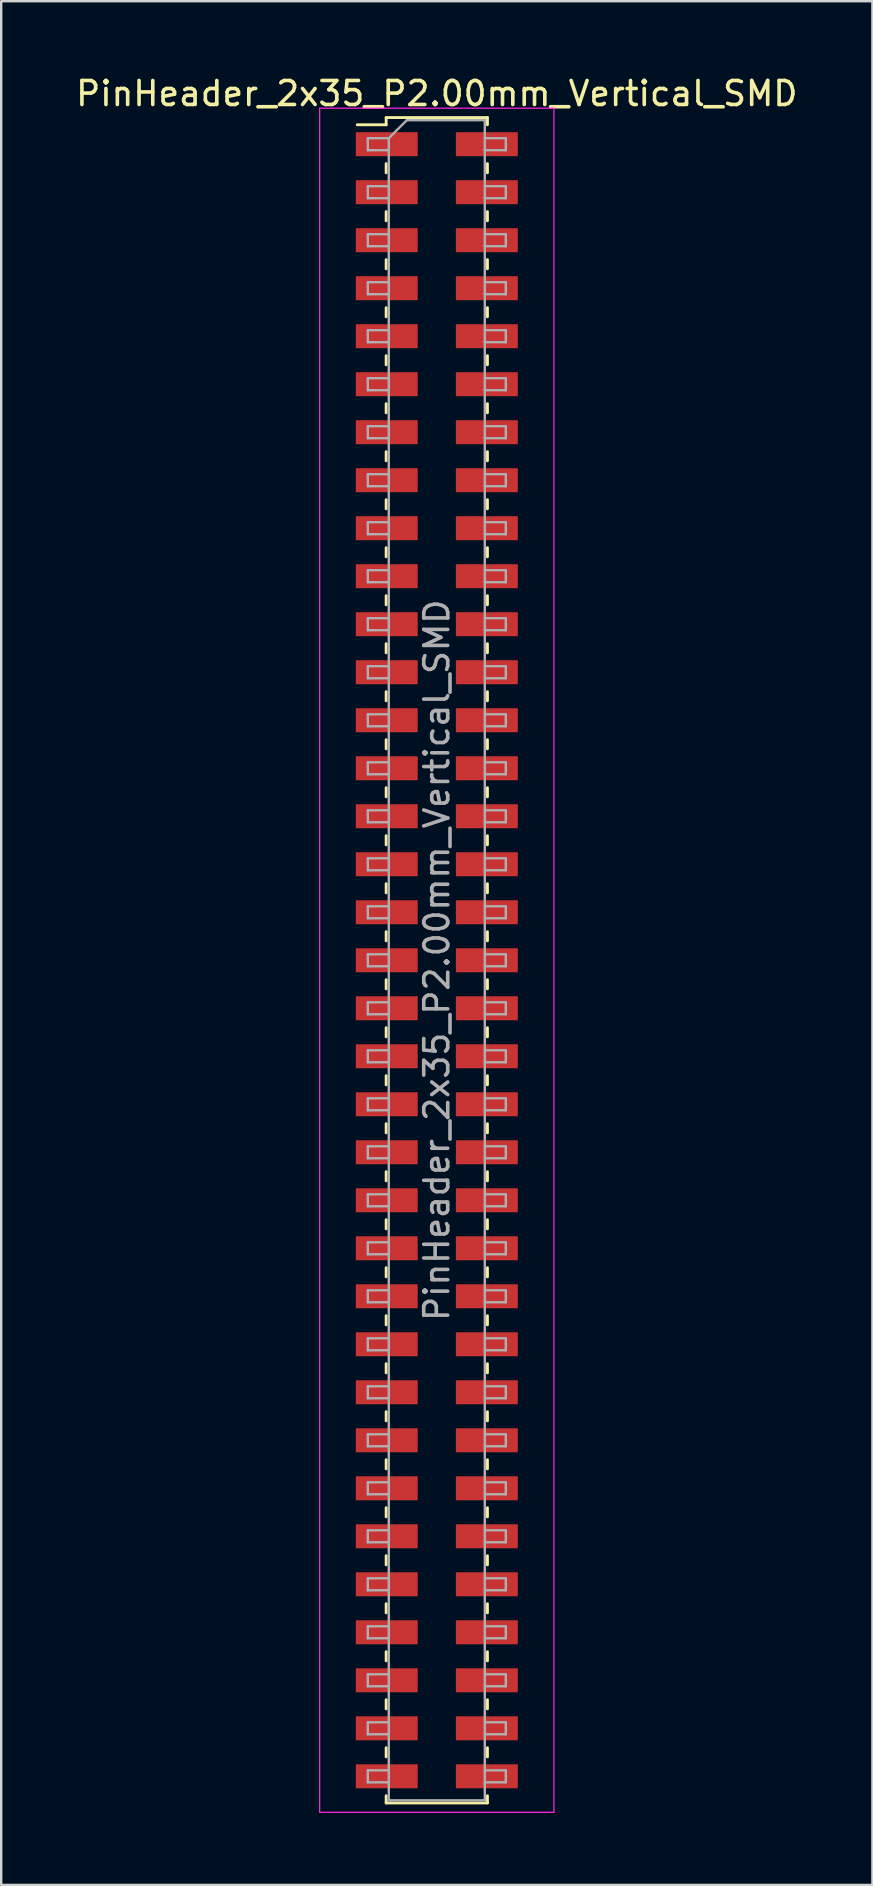
<source format=kicad_pcb>
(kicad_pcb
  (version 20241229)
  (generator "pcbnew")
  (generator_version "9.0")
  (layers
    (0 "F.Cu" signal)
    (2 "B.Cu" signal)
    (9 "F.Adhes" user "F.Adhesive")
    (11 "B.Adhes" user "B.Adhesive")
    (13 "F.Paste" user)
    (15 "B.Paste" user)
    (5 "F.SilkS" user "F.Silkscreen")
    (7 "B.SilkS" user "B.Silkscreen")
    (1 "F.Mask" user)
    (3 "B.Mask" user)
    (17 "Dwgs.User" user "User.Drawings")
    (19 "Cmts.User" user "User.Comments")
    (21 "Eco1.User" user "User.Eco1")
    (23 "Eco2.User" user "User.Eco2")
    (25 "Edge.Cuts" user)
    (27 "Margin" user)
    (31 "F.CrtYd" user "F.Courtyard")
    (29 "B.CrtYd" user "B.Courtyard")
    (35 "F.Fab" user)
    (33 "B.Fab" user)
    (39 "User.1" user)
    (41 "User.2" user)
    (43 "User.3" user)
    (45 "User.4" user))
  (footprint "PinHeader_2x35_P2.00mm_Vertical_SMD"
    (layer "F.Cu")
    (at 15.149 36.958)
    (property "Reference" "PinHeader_2x35_P2.00mm_Vertical_SMD" (at 0 -36.11 0) (layer "F.SilkS") (effects (font (size 1 1) (thickness 0.15))))
    (attr smd)
    (fp_line (start -3.315 -34.81) (end -2.11 -34.81) (stroke (width 0.12) (type solid)) (layer "F.SilkS"))
    (fp_line (start -2.11 -35.11) (end -2.11 -34.81) (stroke (width 0.12) (type solid)) (layer "F.SilkS"))
    (fp_line (start -2.11 -35.11) (end 2.11 -35.11) (stroke (width 0.12) (type solid)) (layer "F.SilkS"))
    (fp_line (start -2.11 -33.19) (end -2.11 -32.81) (stroke (width 0.12) (type solid)) (layer "F.SilkS"))
    (fp_line (start -2.11 -31.19) (end -2.11 -30.81) (stroke (width 0.12) (type solid)) (layer "F.SilkS"))
    (fp_line (start -2.11 -29.19) (end -2.11 -28.81) (stroke (width 0.12) (type solid)) (layer "F.SilkS"))
    (fp_line (start -2.11 -27.19) (end -2.11 -26.81) (stroke (width 0.12) (type solid)) (layer "F.SilkS"))
    (fp_line (start -2.11 -25.19) (end -2.11 -24.81) (stroke (width 0.12) (type solid)) (layer "F.SilkS"))
    (fp_line (start -2.11 -23.19) (end -2.11 -22.81) (stroke (width 0.12) (type solid)) (layer "F.SilkS"))
    (fp_line (start -2.11 -21.19) (end -2.11 -20.81) (stroke (width 0.12) (type solid)) (layer "F.SilkS"))
    (fp_line (start -2.11 -19.19) (end -2.11 -18.81) (stroke (width 0.12) (type solid)) (layer "F.SilkS"))
    (fp_line (start -2.11 -17.19) (end -2.11 -16.81) (stroke (width 0.12) (type solid)) (layer "F.SilkS"))
    (fp_line (start -2.11 -15.19) (end -2.11 -14.81) (stroke (width 0.12) (type solid)) (layer "F.SilkS"))
    (fp_line (start -2.11 -13.19) (end -2.11 -12.81) (stroke (width 0.12) (type solid)) (layer "F.SilkS"))
    (fp_line (start -2.11 -11.19) (end -2.11 -10.81) (stroke (width 0.12) (type solid)) (layer "F.SilkS"))
    (fp_line (start -2.11 -9.19) (end -2.11 -8.81) (stroke (width 0.12) (type solid)) (layer "F.SilkS"))
    (fp_line (start -2.11 -7.19) (end -2.11 -6.81) (stroke (width 0.12) (type solid)) (layer "F.SilkS"))
    (fp_line (start -2.11 -5.19) (end -2.11 -4.81) (stroke (width 0.12) (type solid)) (layer "F.SilkS"))
    (fp_line (start -2.11 -3.19) (end -2.11 -2.81) (stroke (width 0.12) (type solid)) (layer "F.SilkS"))
    (fp_line (start -2.11 -1.19) (end -2.11 -0.81) (stroke (width 0.12) (type solid)) (layer "F.SilkS"))
    (fp_line (start -2.11 0.81) (end -2.11 1.19) (stroke (width 0.12) (type solid)) (layer "F.SilkS"))
    (fp_line (start -2.11 2.81) (end -2.11 3.19) (stroke (width 0.12) (type solid)) (layer "F.SilkS"))
    (fp_line (start -2.11 4.81) (end -2.11 5.19) (stroke (width 0.12) (type solid)) (layer "F.SilkS"))
    (fp_line (start -2.11 6.81) (end -2.11 7.19) (stroke (width 0.12) (type solid)) (layer "F.SilkS"))
    (fp_line (start -2.11 8.81) (end -2.11 9.19) (stroke (width 0.12) (type solid)) (layer "F.SilkS"))
    (fp_line (start -2.11 10.81) (end -2.11 11.19) (stroke (width 0.12) (type solid)) (layer "F.SilkS"))
    (fp_line (start -2.11 12.81) (end -2.11 13.19) (stroke (width 0.12) (type solid)) (layer "F.SilkS"))
    (fp_line (start -2.11 14.81) (end -2.11 15.19) (stroke (width 0.12) (type solid)) (layer "F.SilkS"))
    (fp_line (start -2.11 16.81) (end -2.11 17.19) (stroke (width 0.12) (type solid)) (layer "F.SilkS"))
    (fp_line (start -2.11 18.81) (end -2.11 19.19) (stroke (width 0.12) (type solid)) (layer "F.SilkS"))
    (fp_line (start -2.11 20.81) (end -2.11 21.19) (stroke (width 0.12) (type solid)) (layer "F.SilkS"))
    (fp_line (start -2.11 22.81) (end -2.11 23.19) (stroke (width 0.12) (type solid)) (layer "F.SilkS"))
    (fp_line (start -2.11 24.81) (end -2.11 25.19) (stroke (width 0.12) (type solid)) (layer "F.SilkS"))
    (fp_line (start -2.11 26.81) (end -2.11 27.19) (stroke (width 0.12) (type solid)) (layer "F.SilkS"))
    (fp_line (start -2.11 28.81) (end -2.11 29.19) (stroke (width 0.12) (type solid)) (layer "F.SilkS"))
    (fp_line (start -2.11 30.81) (end -2.11 31.19) (stroke (width 0.12) (type solid)) (layer "F.SilkS"))
    (fp_line (start -2.11 32.81) (end -2.11 33.19) (stroke (width 0.12) (type solid)) (layer "F.SilkS"))
    (fp_line (start -2.11 34.81) (end -2.11 35.11) (stroke (width 0.12) (type solid)) (layer "F.SilkS"))
    (fp_line (start -2.11 35.11) (end 2.11 35.11) (stroke (width 0.12) (type solid)) (layer "F.SilkS"))
    (fp_line (start 2.11 -35.11) (end 2.11 -34.81) (stroke (width 0.12) (type solid)) (layer "F.SilkS"))
    (fp_line (start 2.11 -33.19) (end 2.11 -32.81) (stroke (width 0.12) (type solid)) (layer "F.SilkS"))
    (fp_line (start 2.11 -31.19) (end 2.11 -30.81) (stroke (width 0.12) (type solid)) (layer "F.SilkS"))
    (fp_line (start 2.11 -29.19) (end 2.11 -28.81) (stroke (width 0.12) (type solid)) (layer "F.SilkS"))
    (fp_line (start 2.11 -27.19) (end 2.11 -26.81) (stroke (width 0.12) (type solid)) (layer "F.SilkS"))
    (fp_line (start 2.11 -25.19) (end 2.11 -24.81) (stroke (width 0.12) (type solid)) (layer "F.SilkS"))
    (fp_line (start 2.11 -23.19) (end 2.11 -22.81) (stroke (width 0.12) (type solid)) (layer "F.SilkS"))
    (fp_line (start 2.11 -21.19) (end 2.11 -20.81) (stroke (width 0.12) (type solid)) (layer "F.SilkS"))
    (fp_line (start 2.11 -19.19) (end 2.11 -18.81) (stroke (width 0.12) (type solid)) (layer "F.SilkS"))
    (fp_line (start 2.11 -17.19) (end 2.11 -16.81) (stroke (width 0.12) (type solid)) (layer "F.SilkS"))
    (fp_line (start 2.11 -15.19) (end 2.11 -14.81) (stroke (width 0.12) (type solid)) (layer "F.SilkS"))
    (fp_line (start 2.11 -13.19) (end 2.11 -12.81) (stroke (width 0.12) (type solid)) (layer "F.SilkS"))
    (fp_line (start 2.11 -11.19) (end 2.11 -10.81) (stroke (width 0.12) (type solid)) (layer "F.SilkS"))
    (fp_line (start 2.11 -9.19) (end 2.11 -8.81) (stroke (width 0.12) (type solid)) (layer "F.SilkS"))
    (fp_line (start 2.11 -7.19) (end 2.11 -6.81) (stroke (width 0.12) (type solid)) (layer "F.SilkS"))
    (fp_line (start 2.11 -5.19) (end 2.11 -4.81) (stroke (width 0.12) (type solid)) (layer "F.SilkS"))
    (fp_line (start 2.11 -3.19) (end 2.11 -2.81) (stroke (width 0.12) (type solid)) (layer "F.SilkS"))
    (fp_line (start 2.11 -1.19) (end 2.11 -0.81) (stroke (width 0.12) (type solid)) (layer "F.SilkS"))
    (fp_line (start 2.11 0.81) (end 2.11 1.19) (stroke (width 0.12) (type solid)) (layer "F.SilkS"))
    (fp_line (start 2.11 2.81) (end 2.11 3.19) (stroke (width 0.12) (type solid)) (layer "F.SilkS"))
    (fp_line (start 2.11 4.81) (end 2.11 5.19) (stroke (width 0.12) (type solid)) (layer "F.SilkS"))
    (fp_line (start 2.11 6.81) (end 2.11 7.19) (stroke (width 0.12) (type solid)) (layer "F.SilkS"))
    (fp_line (start 2.11 8.81) (end 2.11 9.19) (stroke (width 0.12) (type solid)) (layer "F.SilkS"))
    (fp_line (start 2.11 10.81) (end 2.11 11.19) (stroke (width 0.12) (type solid)) (layer "F.SilkS"))
    (fp_line (start 2.11 12.81) (end 2.11 13.19) (stroke (width 0.12) (type solid)) (layer "F.SilkS"))
    (fp_line (start 2.11 14.81) (end 2.11 15.19) (stroke (width 0.12) (type solid)) (layer "F.SilkS"))
    (fp_line (start 2.11 16.81) (end 2.11 17.19) (stroke (width 0.12) (type solid)) (layer "F.SilkS"))
    (fp_line (start 2.11 18.81) (end 2.11 19.19) (stroke (width 0.12) (type solid)) (layer "F.SilkS"))
    (fp_line (start 2.11 20.81) (end 2.11 21.19) (stroke (width 0.12) (type solid)) (layer "F.SilkS"))
    (fp_line (start 2.11 22.81) (end 2.11 23.19) (stroke (width 0.12) (type solid)) (layer "F.SilkS"))
    (fp_line (start 2.11 24.81) (end 2.11 25.19) (stroke (width 0.12) (type solid)) (layer "F.SilkS"))
    (fp_line (start 2.11 26.81) (end 2.11 27.19) (stroke (width 0.12) (type solid)) (layer "F.SilkS"))
    (fp_line (start 2.11 28.81) (end 2.11 29.19) (stroke (width 0.12) (type solid)) (layer "F.SilkS"))
    (fp_line (start 2.11 30.81) (end 2.11 31.19) (stroke (width 0.12) (type solid)) (layer "F.SilkS"))
    (fp_line (start 2.11 32.81) (end 2.11 33.19) (stroke (width 0.12) (type solid)) (layer "F.SilkS"))
    (fp_line (start 2.11 34.81) (end 2.11 35.11) (stroke (width 0.12) (type solid)) (layer "F.SilkS"))
    (fp_line (start -4.88 -35.5) (end -4.88 35.5) (stroke (width 0.05) (type solid)) (layer "F.CrtYd"))
    (fp_line (start -4.88 35.5) (end 4.88 35.5) (stroke (width 0.05) (type solid)) (layer "F.CrtYd"))
    (fp_line (start 4.88 -35.5) (end -4.88 -35.5) (stroke (width 0.05) (type solid)) (layer "F.CrtYd"))
    (fp_line (start 4.88 35.5) (end 4.88 -35.5) (stroke (width 0.05) (type solid)) (layer "F.CrtYd"))
    (fp_line (start -2.875 -34.25) (end -2.875 -33.75) (stroke (width 0.1) (type solid)) (layer "F.Fab"))
    (fp_line (start -2.875 -33.75) (end -2 -33.75) (stroke (width 0.1) (type solid)) (layer "F.Fab"))
    (fp_line (start -2.875 -32.25) (end -2.875 -31.75) (stroke (width 0.1) (type solid)) (layer "F.Fab"))
    (fp_line (start -2.875 -31.75) (end -2 -31.75) (stroke (width 0.1) (type solid)) (layer "F.Fab"))
    (fp_line (start -2.875 -30.25) (end -2.875 -29.75) (stroke (width 0.1) (type solid)) (layer "F.Fab"))
    (fp_line (start -2.875 -29.75) (end -2 -29.75) (stroke (width 0.1) (type solid)) (layer "F.Fab"))
    (fp_line (start -2.875 -28.25) (end -2.875 -27.75) (stroke (width 0.1) (type solid)) (layer "F.Fab"))
    (fp_line (start -2.875 -27.75) (end -2 -27.75) (stroke (width 0.1) (type solid)) (layer "F.Fab"))
    (fp_line (start -2.875 -26.25) (end -2.875 -25.75) (stroke (width 0.1) (type solid)) (layer "F.Fab"))
    (fp_line (start -2.875 -25.75) (end -2 -25.75) (stroke (width 0.1) (type solid)) (layer "F.Fab"))
    (fp_line (start -2.875 -24.25) (end -2.875 -23.75) (stroke (width 0.1) (type solid)) (layer "F.Fab"))
    (fp_line (start -2.875 -23.75) (end -2 -23.75) (stroke (width 0.1) (type solid)) (layer "F.Fab"))
    (fp_line (start -2.875 -22.25) (end -2.875 -21.75) (stroke (width 0.1) (type solid)) (layer "F.Fab"))
    (fp_line (start -2.875 -21.75) (end -2 -21.75) (stroke (width 0.1) (type solid)) (layer "F.Fab"))
    (fp_line (start -2.875 -20.25) (end -2.875 -19.75) (stroke (width 0.1) (type solid)) (layer "F.Fab"))
    (fp_line (start -2.875 -19.75) (end -2 -19.75) (stroke (width 0.1) (type solid)) (layer "F.Fab"))
    (fp_line (start -2.875 -18.25) (end -2.875 -17.75) (stroke (width 0.1) (type solid)) (layer "F.Fab"))
    (fp_line (start -2.875 -17.75) (end -2 -17.75) (stroke (width 0.1) (type solid)) (layer "F.Fab"))
    (fp_line (start -2.875 -16.25) (end -2.875 -15.75) (stroke (width 0.1) (type solid)) (layer "F.Fab"))
    (fp_line (start -2.875 -15.75) (end -2 -15.75) (stroke (width 0.1) (type solid)) (layer "F.Fab"))
    (fp_line (start -2.875 -14.25) (end -2.875 -13.75) (stroke (width 0.1) (type solid)) (layer "F.Fab"))
    (fp_line (start -2.875 -13.75) (end -2 -13.75) (stroke (width 0.1) (type solid)) (layer "F.Fab"))
    (fp_line (start -2.875 -12.25) (end -2.875 -11.75) (stroke (width 0.1) (type solid)) (layer "F.Fab"))
    (fp_line (start -2.875 -11.75) (end -2 -11.75) (stroke (width 0.1) (type solid)) (layer "F.Fab"))
    (fp_line (start -2.875 -10.25) (end -2.875 -9.75) (stroke (width 0.1) (type solid)) (layer "F.Fab"))
    (fp_line (start -2.875 -9.75) (end -2 -9.75) (stroke (width 0.1) (type solid)) (layer "F.Fab"))
    (fp_line (start -2.875 -8.25) (end -2.875 -7.75) (stroke (width 0.1) (type solid)) (layer "F.Fab"))
    (fp_line (start -2.875 -7.75) (end -2 -7.75) (stroke (width 0.1) (type solid)) (layer "F.Fab"))
    (fp_line (start -2.875 -6.25) (end -2.875 -5.75) (stroke (width 0.1) (type solid)) (layer "F.Fab"))
    (fp_line (start -2.875 -5.75) (end -2 -5.75) (stroke (width 0.1) (type solid)) (layer "F.Fab"))
    (fp_line (start -2.875 -4.25) (end -2.875 -3.75) (stroke (width 0.1) (type solid)) (layer "F.Fab"))
    (fp_line (start -2.875 -3.75) (end -2 -3.75) (stroke (width 0.1) (type solid)) (layer "F.Fab"))
    (fp_line (start -2.875 -2.25) (end -2.875 -1.75) (stroke (width 0.1) (type solid)) (layer "F.Fab"))
    (fp_line (start -2.875 -1.75) (end -2 -1.75) (stroke (width 0.1) (type solid)) (layer "F.Fab"))
    (fp_line (start -2.875 -0.25) (end -2.875 0.25) (stroke (width 0.1) (type solid)) (layer "F.Fab"))
    (fp_line (start -2.875 0.25) (end -2 0.25) (stroke (width 0.1) (type solid)) (layer "F.Fab"))
    (fp_line (start -2.875 1.75) (end -2.875 2.25) (stroke (width 0.1) (type solid)) (layer "F.Fab"))
    (fp_line (start -2.875 2.25) (end -2 2.25) (stroke (width 0.1) (type solid)) (layer "F.Fab"))
    (fp_line (start -2.875 3.75) (end -2.875 4.25) (stroke (width 0.1) (type solid)) (layer "F.Fab"))
    (fp_line (start -2.875 4.25) (end -2 4.25) (stroke (width 0.1) (type solid)) (layer "F.Fab"))
    (fp_line (start -2.875 5.75) (end -2.875 6.25) (stroke (width 0.1) (type solid)) (layer "F.Fab"))
    (fp_line (start -2.875 6.25) (end -2 6.25) (stroke (width 0.1) (type solid)) (layer "F.Fab"))
    (fp_line (start -2.875 7.75) (end -2.875 8.25) (stroke (width 0.1) (type solid)) (layer "F.Fab"))
    (fp_line (start -2.875 8.25) (end -2 8.25) (stroke (width 0.1) (type solid)) (layer "F.Fab"))
    (fp_line (start -2.875 9.75) (end -2.875 10.25) (stroke (width 0.1) (type solid)) (layer "F.Fab"))
    (fp_line (start -2.875 10.25) (end -2 10.25) (stroke (width 0.1) (type solid)) (layer "F.Fab"))
    (fp_line (start -2.875 11.75) (end -2.875 12.25) (stroke (width 0.1) (type solid)) (layer "F.Fab"))
    (fp_line (start -2.875 12.25) (end -2 12.25) (stroke (width 0.1) (type solid)) (layer "F.Fab"))
    (fp_line (start -2.875 13.75) (end -2.875 14.25) (stroke (width 0.1) (type solid)) (layer "F.Fab"))
    (fp_line (start -2.875 14.25) (end -2 14.25) (stroke (width 0.1) (type solid)) (layer "F.Fab"))
    (fp_line (start -2.875 15.75) (end -2.875 16.25) (stroke (width 0.1) (type solid)) (layer "F.Fab"))
    (fp_line (start -2.875 16.25) (end -2 16.25) (stroke (width 0.1) (type solid)) (layer "F.Fab"))
    (fp_line (start -2.875 17.75) (end -2.875 18.25) (stroke (width 0.1) (type solid)) (layer "F.Fab"))
    (fp_line (start -2.875 18.25) (end -2 18.25) (stroke (width 0.1) (type solid)) (layer "F.Fab"))
    (fp_line (start -2.875 19.75) (end -2.875 20.25) (stroke (width 0.1) (type solid)) (layer "F.Fab"))
    (fp_line (start -2.875 20.25) (end -2 20.25) (stroke (width 0.1) (type solid)) (layer "F.Fab"))
    (fp_line (start -2.875 21.75) (end -2.875 22.25) (stroke (width 0.1) (type solid)) (layer "F.Fab"))
    (fp_line (start -2.875 22.25) (end -2 22.25) (stroke (width 0.1) (type solid)) (layer "F.Fab"))
    (fp_line (start -2.875 23.75) (end -2.875 24.25) (stroke (width 0.1) (type solid)) (layer "F.Fab"))
    (fp_line (start -2.875 24.25) (end -2 24.25) (stroke (width 0.1) (type solid)) (layer "F.Fab"))
    (fp_line (start -2.875 25.75) (end -2.875 26.25) (stroke (width 0.1) (type solid)) (layer "F.Fab"))
    (fp_line (start -2.875 26.25) (end -2 26.25) (stroke (width 0.1) (type solid)) (layer "F.Fab"))
    (fp_line (start -2.875 27.75) (end -2.875 28.25) (stroke (width 0.1) (type solid)) (layer "F.Fab"))
    (fp_line (start -2.875 28.25) (end -2 28.25) (stroke (width 0.1) (type solid)) (layer "F.Fab"))
    (fp_line (start -2.875 29.75) (end -2.875 30.25) (stroke (width 0.1) (type solid)) (layer "F.Fab"))
    (fp_line (start -2.875 30.25) (end -2 30.25) (stroke (width 0.1) (type solid)) (layer "F.Fab"))
    (fp_line (start -2.875 31.75) (end -2.875 32.25) (stroke (width 0.1) (type solid)) (layer "F.Fab"))
    (fp_line (start -2.875 32.25) (end -2 32.25) (stroke (width 0.1) (type solid)) (layer "F.Fab"))
    (fp_line (start -2.875 33.75) (end -2.875 34.25) (stroke (width 0.1) (type solid)) (layer "F.Fab"))
    (fp_line (start -2.875 34.25) (end -2 34.25) (stroke (width 0.1) (type solid)) (layer "F.Fab"))
    (fp_line (start -2 -34.25) (end -2.875 -34.25) (stroke (width 0.1) (type solid)) (layer "F.Fab"))
    (fp_line (start -2 -34.25) (end -1.25 -35) (stroke (width 0.1) (type solid)) (layer "F.Fab"))
    (fp_line (start -2 -32.25) (end -2.875 -32.25) (stroke (width 0.1) (type solid)) (layer "F.Fab"))
    (fp_line (start -2 -30.25) (end -2.875 -30.25) (stroke (width 0.1) (type solid)) (layer "F.Fab"))
    (fp_line (start -2 -28.25) (end -2.875 -28.25) (stroke (width 0.1) (type solid)) (layer "F.Fab"))
    (fp_line (start -2 -26.25) (end -2.875 -26.25) (stroke (width 0.1) (type solid)) (layer "F.Fab"))
    (fp_line (start -2 -24.25) (end -2.875 -24.25) (stroke (width 0.1) (type solid)) (layer "F.Fab"))
    (fp_line (start -2 -22.25) (end -2.875 -22.25) (stroke (width 0.1) (type solid)) (layer "F.Fab"))
    (fp_line (start -2 -20.25) (end -2.875 -20.25) (stroke (width 0.1) (type solid)) (layer "F.Fab"))
    (fp_line (start -2 -18.25) (end -2.875 -18.25) (stroke (width 0.1) (type solid)) (layer "F.Fab"))
    (fp_line (start -2 -16.25) (end -2.875 -16.25) (stroke (width 0.1) (type solid)) (layer "F.Fab"))
    (fp_line (start -2 -14.25) (end -2.875 -14.25) (stroke (width 0.1) (type solid)) (layer "F.Fab"))
    (fp_line (start -2 -12.25) (end -2.875 -12.25) (stroke (width 0.1) (type solid)) (layer "F.Fab"))
    (fp_line (start -2 -10.25) (end -2.875 -10.25) (stroke (width 0.1) (type solid)) (layer "F.Fab"))
    (fp_line (start -2 -8.25) (end -2.875 -8.25) (stroke (width 0.1) (type solid)) (layer "F.Fab"))
    (fp_line (start -2 -6.25) (end -2.875 -6.25) (stroke (width 0.1) (type solid)) (layer "F.Fab"))
    (fp_line (start -2 -4.25) (end -2.875 -4.25) (stroke (width 0.1) (type solid)) (layer "F.Fab"))
    (fp_line (start -2 -2.25) (end -2.875 -2.25) (stroke (width 0.1) (type solid)) (layer "F.Fab"))
    (fp_line (start -2 -0.25) (end -2.875 -0.25) (stroke (width 0.1) (type solid)) (layer "F.Fab"))
    (fp_line (start -2 1.75) (end -2.875 1.75) (stroke (width 0.1) (type solid)) (layer "F.Fab"))
    (fp_line (start -2 3.75) (end -2.875 3.75) (stroke (width 0.1) (type solid)) (layer "F.Fab"))
    (fp_line (start -2 5.75) (end -2.875 5.75) (stroke (width 0.1) (type solid)) (layer "F.Fab"))
    (fp_line (start -2 7.75) (end -2.875 7.75) (stroke (width 0.1) (type solid)) (layer "F.Fab"))
    (fp_line (start -2 9.75) (end -2.875 9.75) (stroke (width 0.1) (type solid)) (layer "F.Fab"))
    (fp_line (start -2 11.75) (end -2.875 11.75) (stroke (width 0.1) (type solid)) (layer "F.Fab"))
    (fp_line (start -2 13.75) (end -2.875 13.75) (stroke (width 0.1) (type solid)) (layer "F.Fab"))
    (fp_line (start -2 15.75) (end -2.875 15.75) (stroke (width 0.1) (type solid)) (layer "F.Fab"))
    (fp_line (start -2 17.75) (end -2.875 17.75) (stroke (width 0.1) (type solid)) (layer "F.Fab"))
    (fp_line (start -2 19.75) (end -2.875 19.75) (stroke (width 0.1) (type solid)) (layer "F.Fab"))
    (fp_line (start -2 21.75) (end -2.875 21.75) (stroke (width 0.1) (type solid)) (layer "F.Fab"))
    (fp_line (start -2 23.75) (end -2.875 23.75) (stroke (width 0.1) (type solid)) (layer "F.Fab"))
    (fp_line (start -2 25.75) (end -2.875 25.75) (stroke (width 0.1) (type solid)) (layer "F.Fab"))
    (fp_line (start -2 27.75) (end -2.875 27.75) (stroke (width 0.1) (type solid)) (layer "F.Fab"))
    (fp_line (start -2 29.75) (end -2.875 29.75) (stroke (width 0.1) (type solid)) (layer "F.Fab"))
    (fp_line (start -2 31.75) (end -2.875 31.75) (stroke (width 0.1) (type solid)) (layer "F.Fab"))
    (fp_line (start -2 33.75) (end -2.875 33.75) (stroke (width 0.1) (type solid)) (layer "F.Fab"))
    (fp_line (start -2 35) (end -2 -34.25) (stroke (width 0.1) (type solid)) (layer "F.Fab"))
    (fp_line (start -1.25 -35) (end 2 -35) (stroke (width 0.1) (type solid)) (layer "F.Fab"))
    (fp_line (start 2 -35) (end 2 35) (stroke (width 0.1) (type solid)) (layer "F.Fab"))
    (fp_line (start 2 -34.25) (end 2.875 -34.25) (stroke (width 0.1) (type solid)) (layer "F.Fab"))
    (fp_line (start 2 -32.25) (end 2.875 -32.25) (stroke (width 0.1) (type solid)) (layer "F.Fab"))
    (fp_line (start 2 -30.25) (end 2.875 -30.25) (stroke (width 0.1) (type solid)) (layer "F.Fab"))
    (fp_line (start 2 -28.25) (end 2.875 -28.25) (stroke (width 0.1) (type solid)) (layer "F.Fab"))
    (fp_line (start 2 -26.25) (end 2.875 -26.25) (stroke (width 0.1) (type solid)) (layer "F.Fab"))
    (fp_line (start 2 -24.25) (end 2.875 -24.25) (stroke (width 0.1) (type solid)) (layer "F.Fab"))
    (fp_line (start 2 -22.25) (end 2.875 -22.25) (stroke (width 0.1) (type solid)) (layer "F.Fab"))
    (fp_line (start 2 -20.25) (end 2.875 -20.25) (stroke (width 0.1) (type solid)) (layer "F.Fab"))
    (fp_line (start 2 -18.25) (end 2.875 -18.25) (stroke (width 0.1) (type solid)) (layer "F.Fab"))
    (fp_line (start 2 -16.25) (end 2.875 -16.25) (stroke (width 0.1) (type solid)) (layer "F.Fab"))
    (fp_line (start 2 -14.25) (end 2.875 -14.25) (stroke (width 0.1) (type solid)) (layer "F.Fab"))
    (fp_line (start 2 -12.25) (end 2.875 -12.25) (stroke (width 0.1) (type solid)) (layer "F.Fab"))
    (fp_line (start 2 -10.25) (end 2.875 -10.25) (stroke (width 0.1) (type solid)) (layer "F.Fab"))
    (fp_line (start 2 -8.25) (end 2.875 -8.25) (stroke (width 0.1) (type solid)) (layer "F.Fab"))
    (fp_line (start 2 -6.25) (end 2.875 -6.25) (stroke (width 0.1) (type solid)) (layer "F.Fab"))
    (fp_line (start 2 -4.25) (end 2.875 -4.25) (stroke (width 0.1) (type solid)) (layer "F.Fab"))
    (fp_line (start 2 -2.25) (end 2.875 -2.25) (stroke (width 0.1) (type solid)) (layer "F.Fab"))
    (fp_line (start 2 -0.25) (end 2.875 -0.25) (stroke (width 0.1) (type solid)) (layer "F.Fab"))
    (fp_line (start 2 1.75) (end 2.875 1.75) (stroke (width 0.1) (type solid)) (layer "F.Fab"))
    (fp_line (start 2 3.75) (end 2.875 3.75) (stroke (width 0.1) (type solid)) (layer "F.Fab"))
    (fp_line (start 2 5.75) (end 2.875 5.75) (stroke (width 0.1) (type solid)) (layer "F.Fab"))
    (fp_line (start 2 7.75) (end 2.875 7.75) (stroke (width 0.1) (type solid)) (layer "F.Fab"))
    (fp_line (start 2 9.75) (end 2.875 9.75) (stroke (width 0.1) (type solid)) (layer "F.Fab"))
    (fp_line (start 2 11.75) (end 2.875 11.75) (stroke (width 0.1) (type solid)) (layer "F.Fab"))
    (fp_line (start 2 13.75) (end 2.875 13.75) (stroke (width 0.1) (type solid)) (layer "F.Fab"))
    (fp_line (start 2 15.75) (end 2.875 15.75) (stroke (width 0.1) (type solid)) (layer "F.Fab"))
    (fp_line (start 2 17.75) (end 2.875 17.75) (stroke (width 0.1) (type solid)) (layer "F.Fab"))
    (fp_line (start 2 19.75) (end 2.875 19.75) (stroke (width 0.1) (type solid)) (layer "F.Fab"))
    (fp_line (start 2 21.75) (end 2.875 21.75) (stroke (width 0.1) (type solid)) (layer "F.Fab"))
    (fp_line (start 2 23.75) (end 2.875 23.75) (stroke (width 0.1) (type solid)) (layer "F.Fab"))
    (fp_line (start 2 25.75) (end 2.875 25.75) (stroke (width 0.1) (type solid)) (layer "F.Fab"))
    (fp_line (start 2 27.75) (end 2.875 27.75) (stroke (width 0.1) (type solid)) (layer "F.Fab"))
    (fp_line (start 2 29.75) (end 2.875 29.75) (stroke (width 0.1) (type solid)) (layer "F.Fab"))
    (fp_line (start 2 31.75) (end 2.875 31.75) (stroke (width 0.1) (type solid)) (layer "F.Fab"))
    (fp_line (start 2 33.75) (end 2.875 33.75) (stroke (width 0.1) (type solid)) (layer "F.Fab"))
    (fp_line (start 2 35) (end -2 35) (stroke (width 0.1) (type solid)) (layer "F.Fab"))
    (fp_line (start 2.875 -34.25) (end 2.875 -33.75) (stroke (width 0.1) (type solid)) (layer "F.Fab"))
    (fp_line (start 2.875 -33.75) (end 2 -33.75) (stroke (width 0.1) (type solid)) (layer "F.Fab"))
    (fp_line (start 2.875 -32.25) (end 2.875 -31.75) (stroke (width 0.1) (type solid)) (layer "F.Fab"))
    (fp_line (start 2.875 -31.75) (end 2 -31.75) (stroke (width 0.1) (type solid)) (layer "F.Fab"))
    (fp_line (start 2.875 -30.25) (end 2.875 -29.75) (stroke (width 0.1) (type solid)) (layer "F.Fab"))
    (fp_line (start 2.875 -29.75) (end 2 -29.75) (stroke (width 0.1) (type solid)) (layer "F.Fab"))
    (fp_line (start 2.875 -28.25) (end 2.875 -27.75) (stroke (width 0.1) (type solid)) (layer "F.Fab"))
    (fp_line (start 2.875 -27.75) (end 2 -27.75) (stroke (width 0.1) (type solid)) (layer "F.Fab"))
    (fp_line (start 2.875 -26.25) (end 2.875 -25.75) (stroke (width 0.1) (type solid)) (layer "F.Fab"))
    (fp_line (start 2.875 -25.75) (end 2 -25.75) (stroke (width 0.1) (type solid)) (layer "F.Fab"))
    (fp_line (start 2.875 -24.25) (end 2.875 -23.75) (stroke (width 0.1) (type solid)) (layer "F.Fab"))
    (fp_line (start 2.875 -23.75) (end 2 -23.75) (stroke (width 0.1) (type solid)) (layer "F.Fab"))
    (fp_line (start 2.875 -22.25) (end 2.875 -21.75) (stroke (width 0.1) (type solid)) (layer "F.Fab"))
    (fp_line (start 2.875 -21.75) (end 2 -21.75) (stroke (width 0.1) (type solid)) (layer "F.Fab"))
    (fp_line (start 2.875 -20.25) (end 2.875 -19.75) (stroke (width 0.1) (type solid)) (layer "F.Fab"))
    (fp_line (start 2.875 -19.75) (end 2 -19.75) (stroke (width 0.1) (type solid)) (layer "F.Fab"))
    (fp_line (start 2.875 -18.25) (end 2.875 -17.75) (stroke (width 0.1) (type solid)) (layer "F.Fab"))
    (fp_line (start 2.875 -17.75) (end 2 -17.75) (stroke (width 0.1) (type solid)) (layer "F.Fab"))
    (fp_line (start 2.875 -16.25) (end 2.875 -15.75) (stroke (width 0.1) (type solid)) (layer "F.Fab"))
    (fp_line (start 2.875 -15.75) (end 2 -15.75) (stroke (width 0.1) (type solid)) (layer "F.Fab"))
    (fp_line (start 2.875 -14.25) (end 2.875 -13.75) (stroke (width 0.1) (type solid)) (layer "F.Fab"))
    (fp_line (start 2.875 -13.75) (end 2 -13.75) (stroke (width 0.1) (type solid)) (layer "F.Fab"))
    (fp_line (start 2.875 -12.25) (end 2.875 -11.75) (stroke (width 0.1) (type solid)) (layer "F.Fab"))
    (fp_line (start 2.875 -11.75) (end 2 -11.75) (stroke (width 0.1) (type solid)) (layer "F.Fab"))
    (fp_line (start 2.875 -10.25) (end 2.875 -9.75) (stroke (width 0.1) (type solid)) (layer "F.Fab"))
    (fp_line (start 2.875 -9.75) (end 2 -9.75) (stroke (width 0.1) (type solid)) (layer "F.Fab"))
    (fp_line (start 2.875 -8.25) (end 2.875 -7.75) (stroke (width 0.1) (type solid)) (layer "F.Fab"))
    (fp_line (start 2.875 -7.75) (end 2 -7.75) (stroke (width 0.1) (type solid)) (layer "F.Fab"))
    (fp_line (start 2.875 -6.25) (end 2.875 -5.75) (stroke (width 0.1) (type solid)) (layer "F.Fab"))
    (fp_line (start 2.875 -5.75) (end 2 -5.75) (stroke (width 0.1) (type solid)) (layer "F.Fab"))
    (fp_line (start 2.875 -4.25) (end 2.875 -3.75) (stroke (width 0.1) (type solid)) (layer "F.Fab"))
    (fp_line (start 2.875 -3.75) (end 2 -3.75) (stroke (width 0.1) (type solid)) (layer "F.Fab"))
    (fp_line (start 2.875 -2.25) (end 2.875 -1.75) (stroke (width 0.1) (type solid)) (layer "F.Fab"))
    (fp_line (start 2.875 -1.75) (end 2 -1.75) (stroke (width 0.1) (type solid)) (layer "F.Fab"))
    (fp_line (start 2.875 -0.25) (end 2.875 0.25) (stroke (width 0.1) (type solid)) (layer "F.Fab"))
    (fp_line (start 2.875 0.25) (end 2 0.25) (stroke (width 0.1) (type solid)) (layer "F.Fab"))
    (fp_line (start 2.875 1.75) (end 2.875 2.25) (stroke (width 0.1) (type solid)) (layer "F.Fab"))
    (fp_line (start 2.875 2.25) (end 2 2.25) (stroke (width 0.1) (type solid)) (layer "F.Fab"))
    (fp_line (start 2.875 3.75) (end 2.875 4.25) (stroke (width 0.1) (type solid)) (layer "F.Fab"))
    (fp_line (start 2.875 4.25) (end 2 4.25) (stroke (width 0.1) (type solid)) (layer "F.Fab"))
    (fp_line (start 2.875 5.75) (end 2.875 6.25) (stroke (width 0.1) (type solid)) (layer "F.Fab"))
    (fp_line (start 2.875 6.25) (end 2 6.25) (stroke (width 0.1) (type solid)) (layer "F.Fab"))
    (fp_line (start 2.875 7.75) (end 2.875 8.25) (stroke (width 0.1) (type solid)) (layer "F.Fab"))
    (fp_line (start 2.875 8.25) (end 2 8.25) (stroke (width 0.1) (type solid)) (layer "F.Fab"))
    (fp_line (start 2.875 9.75) (end 2.875 10.25) (stroke (width 0.1) (type solid)) (layer "F.Fab"))
    (fp_line (start 2.875 10.25) (end 2 10.25) (stroke (width 0.1) (type solid)) (layer "F.Fab"))
    (fp_line (start 2.875 11.75) (end 2.875 12.25) (stroke (width 0.1) (type solid)) (layer "F.Fab"))
    (fp_line (start 2.875 12.25) (end 2 12.25) (stroke (width 0.1) (type solid)) (layer "F.Fab"))
    (fp_line (start 2.875 13.75) (end 2.875 14.25) (stroke (width 0.1) (type solid)) (layer "F.Fab"))
    (fp_line (start 2.875 14.25) (end 2 14.25) (stroke (width 0.1) (type solid)) (layer "F.Fab"))
    (fp_line (start 2.875 15.75) (end 2.875 16.25) (stroke (width 0.1) (type solid)) (layer "F.Fab"))
    (fp_line (start 2.875 16.25) (end 2 16.25) (stroke (width 0.1) (type solid)) (layer "F.Fab"))
    (fp_line (start 2.875 17.75) (end 2.875 18.25) (stroke (width 0.1) (type solid)) (layer "F.Fab"))
    (fp_line (start 2.875 18.25) (end 2 18.25) (stroke (width 0.1) (type solid)) (layer "F.Fab"))
    (fp_line (start 2.875 19.75) (end 2.875 20.25) (stroke (width 0.1) (type solid)) (layer "F.Fab"))
    (fp_line (start 2.875 20.25) (end 2 20.25) (stroke (width 0.1) (type solid)) (layer "F.Fab"))
    (fp_line (start 2.875 21.75) (end 2.875 22.25) (stroke (width 0.1) (type solid)) (layer "F.Fab"))
    (fp_line (start 2.875 22.25) (end 2 22.25) (stroke (width 0.1) (type solid)) (layer "F.Fab"))
    (fp_line (start 2.875 23.75) (end 2.875 24.25) (stroke (width 0.1) (type solid)) (layer "F.Fab"))
    (fp_line (start 2.875 24.25) (end 2 24.25) (stroke (width 0.1) (type solid)) (layer "F.Fab"))
    (fp_line (start 2.875 25.75) (end 2.875 26.25) (stroke (width 0.1) (type solid)) (layer "F.Fab"))
    (fp_line (start 2.875 26.25) (end 2 26.25) (stroke (width 0.1) (type solid)) (layer "F.Fab"))
    (fp_line (start 2.875 27.75) (end 2.875 28.25) (stroke (width 0.1) (type solid)) (layer "F.Fab"))
    (fp_line (start 2.875 28.25) (end 2 28.25) (stroke (width 0.1) (type solid)) (layer "F.Fab"))
    (fp_line (start 2.875 29.75) (end 2.875 30.25) (stroke (width 0.1) (type solid)) (layer "F.Fab"))
    (fp_line (start 2.875 30.25) (end 2 30.25) (stroke (width 0.1) (type solid)) (layer "F.Fab"))
    (fp_line (start 2.875 31.75) (end 2.875 32.25) (stroke (width 0.1) (type solid)) (layer "F.Fab"))
    (fp_line (start 2.875 32.25) (end 2 32.25) (stroke (width 0.1) (type solid)) (layer "F.Fab"))
    (fp_line (start 2.875 33.75) (end 2.875 34.25) (stroke (width 0.1) (type solid)) (layer "F.Fab"))
    (fp_line (start 2.875 34.25) (end 2 34.25) (stroke (width 0.1) (type solid)) (layer "F.Fab"))
    (fp_text user "${REFERENCE}" (at 0 0 90) (layer "F.Fab") (effects (font (size 1 1) (thickness 0.15))))
    (pad "1" smd rect (at -2.085 -34) (size 2.58 1) (layers "F.Cu" "F.Mask" "F.Paste"))
    (pad "2" smd rect (at 2.085 -34) (size 2.58 1) (layers "F.Cu" "F.Mask" "F.Paste"))
    (pad "3" smd rect (at -2.085 -32) (size 2.58 1) (layers "F.Cu" "F.Mask" "F.Paste"))
    (pad "4" smd rect (at 2.085 -32) (size 2.58 1) (layers "F.Cu" "F.Mask" "F.Paste"))
    (pad "5" smd rect (at -2.085 -30) (size 2.58 1) (layers "F.Cu" "F.Mask" "F.Paste"))
    (pad "6" smd rect (at 2.085 -30) (size 2.58 1) (layers "F.Cu" "F.Mask" "F.Paste"))
    (pad "7" smd rect (at -2.085 -28) (size 2.58 1) (layers "F.Cu" "F.Mask" "F.Paste"))
    (pad "8" smd rect (at 2.085 -28) (size 2.58 1) (layers "F.Cu" "F.Mask" "F.Paste"))
    (pad "9" smd rect (at -2.085 -26) (size 2.58 1) (layers "F.Cu" "F.Mask" "F.Paste"))
    (pad "10" smd rect (at 2.085 -26) (size 2.58 1) (layers "F.Cu" "F.Mask" "F.Paste"))
    (pad "11" smd rect (at -2.085 -24) (size 2.58 1) (layers "F.Cu" "F.Mask" "F.Paste"))
    (pad "12" smd rect (at 2.085 -24) (size 2.58 1) (layers "F.Cu" "F.Mask" "F.Paste"))
    (pad "13" smd rect (at -2.085 -22) (size 2.58 1) (layers "F.Cu" "F.Mask" "F.Paste"))
    (pad "14" smd rect (at 2.085 -22) (size 2.58 1) (layers "F.Cu" "F.Mask" "F.Paste"))
    (pad "15" smd rect (at -2.085 -20) (size 2.58 1) (layers "F.Cu" "F.Mask" "F.Paste"))
    (pad "16" smd rect (at 2.085 -20) (size 2.58 1) (layers "F.Cu" "F.Mask" "F.Paste"))
    (pad "17" smd rect (at -2.085 -18) (size 2.58 1) (layers "F.Cu" "F.Mask" "F.Paste"))
    (pad "18" smd rect (at 2.085 -18) (size 2.58 1) (layers "F.Cu" "F.Mask" "F.Paste"))
    (pad "19" smd rect (at -2.085 -16) (size 2.58 1) (layers "F.Cu" "F.Mask" "F.Paste"))
    (pad "20" smd rect (at 2.085 -16) (size 2.58 1) (layers "F.Cu" "F.Mask" "F.Paste"))
    (pad "21" smd rect (at -2.085 -14) (size 2.58 1) (layers "F.Cu" "F.Mask" "F.Paste"))
    (pad "22" smd rect (at 2.085 -14) (size 2.58 1) (layers "F.Cu" "F.Mask" "F.Paste"))
    (pad "23" smd rect (at -2.085 -12) (size 2.58 1) (layers "F.Cu" "F.Mask" "F.Paste"))
    (pad "24" smd rect (at 2.085 -12) (size 2.58 1) (layers "F.Cu" "F.Mask" "F.Paste"))
    (pad "25" smd rect (at -2.085 -10) (size 2.58 1) (layers "F.Cu" "F.Mask" "F.Paste"))
    (pad "26" smd rect (at 2.085 -10) (size 2.58 1) (layers "F.Cu" "F.Mask" "F.Paste"))
    (pad "27" smd rect (at -2.085 -8) (size 2.58 1) (layers "F.Cu" "F.Mask" "F.Paste"))
    (pad "28" smd rect (at 2.085 -8) (size 2.58 1) (layers "F.Cu" "F.Mask" "F.Paste"))
    (pad "29" smd rect (at -2.085 -6) (size 2.58 1) (layers "F.Cu" "F.Mask" "F.Paste"))
    (pad "30" smd rect (at 2.085 -6) (size 2.58 1) (layers "F.Cu" "F.Mask" "F.Paste"))
    (pad "31" smd rect (at -2.085 -4) (size 2.58 1) (layers "F.Cu" "F.Mask" "F.Paste"))
    (pad "32" smd rect (at 2.085 -4) (size 2.58 1) (layers "F.Cu" "F.Mask" "F.Paste"))
    (pad "33" smd rect (at -2.085 -2) (size 2.58 1) (layers "F.Cu" "F.Mask" "F.Paste"))
    (pad "34" smd rect (at 2.085 -2) (size 2.58 1) (layers "F.Cu" "F.Mask" "F.Paste"))
    (pad "35" smd rect (at -2.085 0) (size 2.58 1) (layers "F.Cu" "F.Mask" "F.Paste"))
    (pad "36" smd rect (at 2.085 0) (size 2.58 1) (layers "F.Cu" "F.Mask" "F.Paste"))
    (pad "37" smd rect (at -2.085 2) (size 2.58 1) (layers "F.Cu" "F.Mask" "F.Paste"))
    (pad "38" smd rect (at 2.085 2) (size 2.58 1) (layers "F.Cu" "F.Mask" "F.Paste"))
    (pad "39" smd rect (at -2.085 4) (size 2.58 1) (layers "F.Cu" "F.Mask" "F.Paste"))
    (pad "40" smd rect (at 2.085 4) (size 2.58 1) (layers "F.Cu" "F.Mask" "F.Paste"))
    (pad "41" smd rect (at -2.085 6) (size 2.58 1) (layers "F.Cu" "F.Mask" "F.Paste"))
    (pad "42" smd rect (at 2.085 6) (size 2.58 1) (layers "F.Cu" "F.Mask" "F.Paste"))
    (pad "43" smd rect (at -2.085 8) (size 2.58 1) (layers "F.Cu" "F.Mask" "F.Paste"))
    (pad "44" smd rect (at 2.085 8) (size 2.58 1) (layers "F.Cu" "F.Mask" "F.Paste"))
    (pad "45" smd rect (at -2.085 10) (size 2.58 1) (layers "F.Cu" "F.Mask" "F.Paste"))
    (pad "46" smd rect (at 2.085 10) (size 2.58 1) (layers "F.Cu" "F.Mask" "F.Paste"))
    (pad "47" smd rect (at -2.085 12) (size 2.58 1) (layers "F.Cu" "F.Mask" "F.Paste"))
    (pad "48" smd rect (at 2.085 12) (size 2.58 1) (layers "F.Cu" "F.Mask" "F.Paste"))
    (pad "49" smd rect (at -2.085 14) (size 2.58 1) (layers "F.Cu" "F.Mask" "F.Paste"))
    (pad "50" smd rect (at 2.085 14) (size 2.58 1) (layers "F.Cu" "F.Mask" "F.Paste"))
    (pad "51" smd rect (at -2.085 16) (size 2.58 1) (layers "F.Cu" "F.Mask" "F.Paste"))
    (pad "52" smd rect (at 2.085 16) (size 2.58 1) (layers "F.Cu" "F.Mask" "F.Paste"))
    (pad "53" smd rect (at -2.085 18) (size 2.58 1) (layers "F.Cu" "F.Mask" "F.Paste"))
    (pad "54" smd rect (at 2.085 18) (size 2.58 1) (layers "F.Cu" "F.Mask" "F.Paste"))
    (pad "55" smd rect (at -2.085 20) (size 2.58 1) (layers "F.Cu" "F.Mask" "F.Paste"))
    (pad "56" smd rect (at 2.085 20) (size 2.58 1) (layers "F.Cu" "F.Mask" "F.Paste"))
    (pad "57" smd rect (at -2.085 22) (size 2.58 1) (layers "F.Cu" "F.Mask" "F.Paste"))
    (pad "58" smd rect (at 2.085 22) (size 2.58 1) (layers "F.Cu" "F.Mask" "F.Paste"))
    (pad "59" smd rect (at -2.085 24) (size 2.58 1) (layers "F.Cu" "F.Mask" "F.Paste"))
    (pad "60" smd rect (at 2.085 24) (size 2.58 1) (layers "F.Cu" "F.Mask" "F.Paste"))
    (pad "61" smd rect (at -2.085 26) (size 2.58 1) (layers "F.Cu" "F.Mask" "F.Paste"))
    (pad "62" smd rect (at 2.085 26) (size 2.58 1) (layers "F.Cu" "F.Mask" "F.Paste"))
    (pad "63" smd rect (at -2.085 28) (size 2.58 1) (layers "F.Cu" "F.Mask" "F.Paste"))
    (pad "64" smd rect (at 2.085 28) (size 2.58 1) (layers "F.Cu" "F.Mask" "F.Paste"))
    (pad "65" smd rect (at -2.085 30) (size 2.58 1) (layers "F.Cu" "F.Mask" "F.Paste"))
    (pad "66" smd rect (at 2.085 30) (size 2.58 1) (layers "F.Cu" "F.Mask" "F.Paste"))
    (pad "67" smd rect (at -2.085 32) (size 2.58 1) (layers "F.Cu" "F.Mask" "F.Paste"))
    (pad "68" smd rect (at 2.085 32) (size 2.58 1) (layers "F.Cu" "F.Mask" "F.Paste"))
    (pad "69" smd rect (at -2.085 34) (size 2.58 1) (layers "F.Cu" "F.Mask" "F.Paste"))
    (pad "70" smd rect (at 2.085 34) (size 2.58 1) (layers "F.Cu" "F.Mask" "F.Paste")))
  (gr_rect
    (start -3 -3)
    (end 33.298 75.483)
    (stroke (width 0.1) (type default))
    (fill no)
    (layer "Edge.Cuts")))
</source>
